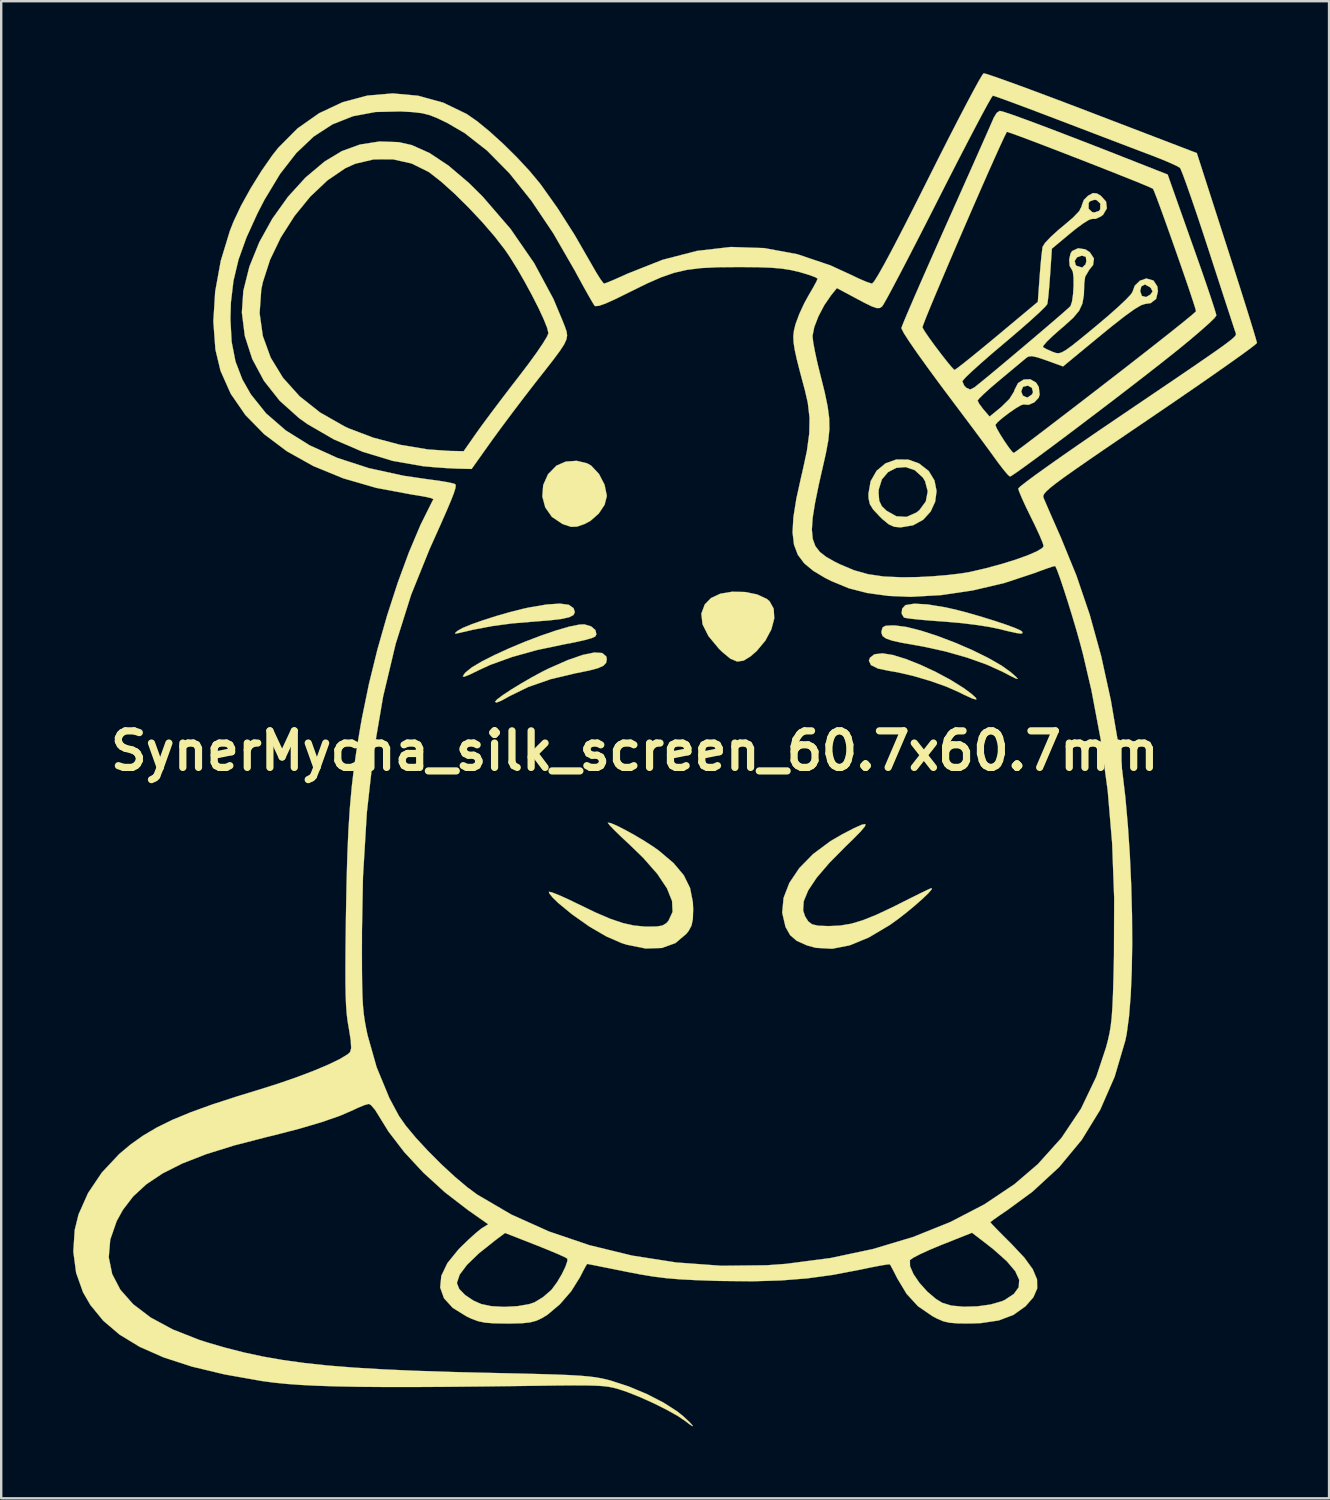
<source format=kicad_pcb>
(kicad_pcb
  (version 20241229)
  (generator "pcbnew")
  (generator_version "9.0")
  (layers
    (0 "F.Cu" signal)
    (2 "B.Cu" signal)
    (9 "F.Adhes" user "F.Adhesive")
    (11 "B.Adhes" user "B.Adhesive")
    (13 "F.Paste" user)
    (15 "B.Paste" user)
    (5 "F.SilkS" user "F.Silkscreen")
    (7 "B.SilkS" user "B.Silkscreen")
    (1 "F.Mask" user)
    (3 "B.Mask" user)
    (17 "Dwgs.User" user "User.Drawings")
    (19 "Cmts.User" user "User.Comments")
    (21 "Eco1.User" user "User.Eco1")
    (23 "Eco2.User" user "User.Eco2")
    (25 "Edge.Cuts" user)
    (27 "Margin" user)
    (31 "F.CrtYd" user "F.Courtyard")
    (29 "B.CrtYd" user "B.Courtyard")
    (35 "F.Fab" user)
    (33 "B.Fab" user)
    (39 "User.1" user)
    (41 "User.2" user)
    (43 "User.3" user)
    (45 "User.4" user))
  (footprint "SynerMycha_silk_screen_60.7x60.7mm"
    (layer "F.Cu")
    (at 23.401 28.24)
    (property "Reference" "SynerMycha_silk_screen_60.7x60.7mm" (at 0 0 0) (layer "F.SilkS") (effects (font (size 1.524 1.524) (thickness 0.3))))
    (attr through_hole)
    (fp_poly (pts (xy -1.986 -11.983) (xy -1.817 -11.887) (xy -1.492 -11.542) (xy -1.258 -11.092) (xy -1.164 -10.633) (xy -1.164 -10.618) (xy -1.257 -10.253) (xy -1.502 -9.887) (xy -1.85 -9.582) (xy -2.082 -9.458) (xy -2.403 -9.345) (xy -2.654 -9.336) (xy -2.95 -9.432) (xy -3.025 -9.464) (xy -3.453 -9.751) (xy -3.73 -10.146) (xy -3.852 -10.604) (xy -3.815 -11.079) (xy -3.614 -11.527) (xy -3.263 -11.887) (xy -2.875 -12.055) (xy -2.418 -12.087) (xy -1.986 -11.983)) (stroke (width 0.01) (type solid)) (fill yes) (layer "F.SilkS"))
    (fp_poly (pts (xy 4.593 -6.621) (xy 5.097 -6.52) (xy 5.501 -6.333) (xy 5.615 -6.239) (xy 5.791 -5.923) (xy 5.813 -5.518) (xy 5.693 -5.063) (xy 5.444 -4.598) (xy 5.081 -4.161) (xy 4.828 -3.94) (xy 4.535 -3.76) (xy 4.269 -3.723) (xy 3.988 -3.839) (xy 3.649 -4.119) (xy 3.505 -4.26) (xy 3.07 -4.784) (xy 2.825 -5.273) (xy 2.774 -5.717) (xy 2.918 -6.104) (xy 3.177 -6.368) (xy 3.564 -6.549) (xy 4.059 -6.632) (xy 4.593 -6.621)) (stroke (width 0.01) (type solid)) (fill yes) (layer "F.SilkS"))
    (fp_poly (pts (xy 10.333 -4.064) (xy 10.749 -3.997) (xy 11.29 -3.831) (xy 11.906 -3.587) (xy 12.548 -3.287) (xy 13.168 -2.954) (xy 13.718 -2.61) (xy 14.035 -2.374) (xy 14.221 -2.202) (xy 14.231 -2.138) (xy 14.068 -2.182) (xy 13.736 -2.332) (xy 13.526 -2.438) (xy 12.989 -2.676) (xy 12.325 -2.911) (xy 11.615 -3.12) (xy 10.944 -3.276) (xy 10.618 -3.33) (xy 10.132 -3.431) (xy 9.844 -3.575) (xy 9.757 -3.757) (xy 9.803 -3.883) (xy 9.988 -4.026) (xy 10.319 -4.064) (xy 10.333 -4.064)) (stroke (width 0.01) (type solid)) (fill yes) (layer "F.SilkS"))
    (fp_poly (pts (xy -2.75 -6.088) (xy -2.552 -5.949) (xy -2.546 -5.938) (xy -2.497 -5.781) (xy -2.554 -5.66) (xy -2.738 -5.567) (xy -3.072 -5.495) (xy -3.577 -5.436) (xy -4.174 -5.39) (xy -5.107 -5.312) (xy -5.93 -5.203) (xy -6.74 -5.048) (xy -7.303 -4.918) (xy -7.481 -4.882) (xy -7.474 -4.925) (xy -7.378 -5.007) (xy -7.166 -5.125) (xy -6.795 -5.277) (xy -6.312 -5.447) (xy -5.763 -5.622) (xy -5.195 -5.785) (xy -4.654 -5.921) (xy -4.423 -5.972) (xy -3.68 -6.099) (xy -3.124 -6.137) (xy -2.75 -6.088)) (stroke (width 0.01) (type solid)) (fill yes) (layer "F.SilkS"))
    (fp_poly (pts (xy -1.354 -4.078) (xy -1.186 -3.935) (xy -1.164 -3.817) (xy -1.194 -3.668) (xy -1.304 -3.55) (xy -1.528 -3.448) (xy -1.895 -3.35) (xy -2.44 -3.239) (xy -2.474 -3.233) (xy -3.5 -2.989) (xy -4.44 -2.662) (xy -5.22 -2.281) (xy -5.564 -2.09) (xy -5.757 -2.014) (xy -5.821 -2.044) (xy -5.821 -2.048) (xy -5.734 -2.148) (xy -5.499 -2.323) (xy -5.156 -2.55) (xy -4.742 -2.803) (xy -4.298 -3.06) (xy -3.862 -3.296) (xy -3.566 -3.443) (xy -2.797 -3.781) (xy -2.167 -4) (xy -1.684 -4.099) (xy -1.354 -4.078)) (stroke (width 0.01) (type solid)) (fill yes) (layer "F.SilkS"))
    (fp_poly (pts (xy -1.818 -5.188) (xy -1.638 -5.033) (xy -1.598 -4.854) (xy -1.653 -4.761) (xy -1.798 -4.698) (xy -2.105 -4.613) (xy -2.527 -4.519) (xy -2.946 -4.439) (xy -4.073 -4.203) (xy -5.116 -3.912) (xy -6.026 -3.582) (xy -6.479 -3.374) (xy -6.87 -3.183) (xy -7.094 -3.093) (xy -7.167 -3.099) (xy -7.108 -3.2) (xy -7.042 -3.277) (xy -6.786 -3.482) (xy -6.37 -3.729) (xy -5.833 -4) (xy -5.215 -4.282) (xy -4.557 -4.556) (xy -3.897 -4.807) (xy -3.276 -5.019) (xy -2.733 -5.177) (xy -2.308 -5.263) (xy -2.097 -5.272) (xy -1.818 -5.188)) (stroke (width 0.01) (type solid)) (fill yes) (layer "F.SilkS"))
    (fp_poly (pts (xy 10.848 -5.226) (xy 11.323 -5.164) (xy 11.931 -5.01) (xy 12.624 -4.785) (xy 13.354 -4.507) (xy 14.075 -4.195) (xy 14.738 -3.868) (xy 15.296 -3.547) (xy 15.663 -3.282) (xy 15.885 -3.089) (xy 15.962 -2.999) (xy 15.885 -3.013) (xy 15.642 -3.131) (xy 15.346 -3.287) (xy 14.672 -3.594) (xy 13.85 -3.887) (xy 12.942 -4.145) (xy 12.013 -4.349) (xy 11.748 -4.396) (xy 11.15 -4.5) (xy 10.735 -4.591) (xy 10.47 -4.682) (xy 10.329 -4.784) (xy 10.281 -4.911) (xy 10.286 -5.008) (xy 10.33 -5.146) (xy 10.45 -5.212) (xy 10.702 -5.228) (xy 10.848 -5.226)) (stroke (width 0.01) (type solid)) (fill yes) (layer "F.SilkS"))
    (fp_poly (pts (xy 12.206 -6.103) (xy 12.944 -5.981) (xy 12.996 -5.971) (xy 13.437 -5.869) (xy 13.947 -5.733) (xy 14.485 -5.577) (xy 15.009 -5.414) (xy 15.478 -5.257) (xy 15.851 -5.119) (xy 16.085 -5.013) (xy 16.142 -4.97) (xy 16.159 -4.907) (xy 16.088 -4.886) (xy 15.898 -4.912) (xy 15.56 -4.987) (xy 15.134 -5.092) (xy 14.722 -5.175) (xy 14.168 -5.258) (xy 13.54 -5.332) (xy 12.907 -5.387) (xy 12.832 -5.392) (xy 12.284 -5.432) (xy 11.809 -5.474) (xy 11.449 -5.514) (xy 11.245 -5.547) (xy 11.218 -5.556) (xy 11.12 -5.72) (xy 11.144 -5.93) (xy 11.279 -6.074) (xy 11.28 -6.074) (xy 11.649 -6.134) (xy 12.206 -6.103)) (stroke (width 0.01) (type solid)) (fill yes) (layer "F.SilkS"))
    (fp_poly (pts (xy 11.403 -12.137) (xy 11.847 -11.977) (xy 12.251 -11.662) (xy 12.491 -11.266) (xy 12.577 -10.827) (xy 12.519 -10.384) (xy 12.33 -9.973) (xy 12.019 -9.632) (xy 11.598 -9.4) (xy 11.078 -9.313) (xy 11.074 -9.313) (xy 10.808 -9.339) (xy 10.579 -9.443) (xy 10.316 -9.661) (xy 10.199 -9.776) (xy 9.935 -10.059) (xy 9.796 -10.283) (xy 9.743 -10.523) (xy 9.737 -10.702) (xy 9.746 -10.756) (xy 10.16 -10.756) (xy 10.187 -10.423) (xy 10.297 -10.195) (xy 10.486 -10.011) (xy 10.901 -9.776) (xy 11.326 -9.751) (xy 11.741 -9.934) (xy 11.861 -10.031) (xy 12.129 -10.397) (xy 12.209 -10.818) (xy 12.097 -11.242) (xy 12 -11.396) (xy 11.666 -11.699) (xy 11.285 -11.827) (xy 10.9 -11.794) (xy 10.556 -11.617) (xy 10.297 -11.311) (xy 10.167 -10.892) (xy 10.16 -10.756) (xy 9.746 -10.756) (xy 9.829 -11.238) (xy 10.078 -11.672) (xy 10.448 -11.981) (xy 10.902 -12.143) (xy 11.403 -12.137)) (stroke (width 0.01) (type solid)) (fill yes) (layer "F.SilkS"))
    (fp_poly (pts (xy 9.598 3.135) (xy 9.423 3.349) (xy 9.084 3.694) (xy 8.806 3.963) (xy 8.104 4.673) (xy 7.579 5.287) (xy 7.227 5.815) (xy 7.041 6.266) (xy 7.016 6.65) (xy 7.096 6.893) (xy 7.229 7.104) (xy 7.389 7.226) (xy 7.635 7.284) (xy 8.025 7.3) (xy 8.104 7.301) (xy 8.561 7.279) (xy 9.012 7.204) (xy 9.497 7.06) (xy 10.059 6.835) (xy 10.739 6.515) (xy 11.069 6.349) (xy 11.536 6.115) (xy 11.932 5.919) (xy 12.22 5.781) (xy 12.365 5.717) (xy 12.373 5.715) (xy 12.37 5.775) (xy 12.231 5.935) (xy 11.988 6.168) (xy 11.674 6.445) (xy 11.32 6.738) (xy 10.959 7.019) (xy 10.623 7.259) (xy 10.615 7.264) (xy 9.747 7.778) (xy 8.955 8.104) (xy 8.225 8.246) (xy 7.544 8.207) (xy 7.169 8.104) (xy 6.749 7.915) (xy 6.476 7.68) (xy 6.284 7.341) (xy 6.281 7.332) (xy 6.144 6.743) (xy 6.202 6.125) (xy 6.443 5.5) (xy 6.857 4.885) (xy 7.43 4.3) (xy 8.152 3.763) (xy 8.642 3.478) (xy 9.134 3.223) (xy 9.456 3.078) (xy 9.61 3.047) (xy 9.598 3.135)) (stroke (width 0.01) (type solid)) (fill yes) (layer "F.SilkS"))
    (fp_poly (pts (xy -1.004 3.009) (xy -0.749 3.117) (xy -0.401 3.293) (xy -0.001 3.514) (xy 0.407 3.757) (xy 0.782 3.999) (xy 1.005 4.158) (xy 1.617 4.676) (xy 2.043 5.183) (xy 2.305 5.715) (xy 2.422 6.307) (xy 2.434 6.601) (xy 2.421 7.005) (xy 2.367 7.276) (xy 2.251 7.495) (xy 2.148 7.626) (xy 1.694 8.01) (xy 1.129 8.213) (xy 0.455 8.236) (xy -0.33 8.078) (xy -0.556 8.006) (xy -1.186 7.731) (xy -1.889 7.322) (xy -2.611 6.813) (xy -3.171 6.353) (xy -3.411 6.122) (xy -3.556 5.946) (xy -3.579 5.872) (xy -3.465 5.892) (xy -3.202 5.993) (xy -2.829 6.158) (xy -2.383 6.373) (xy -2.366 6.381) (xy -1.622 6.74) (xy -1.016 6.999) (xy -0.505 7.173) (xy -0.047 7.276) (xy 0.4 7.32) (xy 0.54 7.324) (xy 0.921 7.318) (xy 1.158 7.276) (xy 1.316 7.179) (xy 1.405 7.081) (xy 1.576 6.709) (xy 1.555 6.257) (xy 1.343 5.729) (xy 0.943 5.129) (xy 0.356 4.461) (xy -0.173 3.947) (xy -0.542 3.602) (xy -0.843 3.309) (xy -1.046 3.098) (xy -1.123 2.996) (xy -1.123 2.992) (xy -1.004 3.009)) (stroke (width 0.01) (type solid)) (fill yes) (layer "F.SilkS"))
    (fp_poly (pts (xy -9.838 -25.367) (xy -9.291 -25.244) (xy -8.554 -24.914) (xy -7.76 -24.387) (xy -6.914 -23.668) (xy -6.338 -23.097) (xy -5.178 -21.753) (xy -4.191 -20.323) (xy -3.389 -18.831) (xy -2.998 -17.9) (xy -2.906 -17.664) (xy -2.842 -17.477) (xy -2.819 -17.312) (xy -2.849 -17.141) (xy -2.944 -16.936) (xy -3.118 -16.67) (xy -3.382 -16.314) (xy -3.749 -15.842) (xy -4.181 -15.293) (xy -4.624 -14.719) (xy -5.096 -14.097) (xy -5.549 -13.491) (xy -5.933 -12.966) (xy -6.028 -12.832) (xy -6.799 -11.748) (xy -7.395 -11.762) (xy -7.806 -11.781) (xy -8.319 -11.817) (xy -8.823 -11.863) (xy -8.836 -11.865) (xy -10.083 -12.083) (xy -11.34 -12.464) (xy -12.546 -12.984) (xy -13.641 -13.619) (xy -13.992 -13.869) (xy -14.798 -14.592) (xy -15.451 -15.42) (xy -15.938 -16.327) (xy -16.249 -17.287) (xy -16.368 -18.238) (xy -15.633 -18.238) (xy -15.499 -17.289) (xy -15.172 -16.388) (xy -14.659 -15.547) (xy -13.969 -14.779) (xy -13.11 -14.099) (xy -12.09 -13.519) (xy -11.919 -13.439) (xy -10.901 -13.053) (xy -9.772 -12.754) (xy -8.623 -12.562) (xy -7.719 -12.499) (xy -7.13 -12.488) (xy -6.593 -13.256) (xy -6.348 -13.596) (xy -6.006 -14.057) (xy -5.601 -14.595) (xy -5.167 -15.164) (xy -4.828 -15.602) (xy -4.425 -16.132) (xy -4.081 -16.606) (xy -3.817 -16.997) (xy -3.649 -17.276) (xy -3.598 -17.409) (xy -3.651 -17.631) (xy -3.796 -17.993) (xy -4.012 -18.458) (xy -4.281 -18.986) (xy -4.581 -19.54) (xy -4.892 -20.08) (xy -5.195 -20.568) (xy -5.404 -20.876) (xy -5.835 -21.433) (xy -6.358 -22.039) (xy -6.932 -22.649) (xy -7.513 -23.223) (xy -8.061 -23.716) (xy -8.534 -24.086) (xy -8.599 -24.131) (xy -9.301 -24.478) (xy -10.077 -24.651) (xy -10.876 -24.648) (xy -11.648 -24.467) (xy -12.061 -24.281) (xy -12.808 -23.772) (xy -13.524 -23.095) (xy -14.18 -22.289) (xy -14.748 -21.399) (xy -15.197 -20.466) (xy -15.499 -19.531) (xy -15.564 -19.22) (xy -15.633 -18.238) (xy -16.368 -18.238) (xy -16.372 -18.273) (xy -16.311 -19.169) (xy -16.058 -20.182) (xy -15.646 -21.197) (xy -15.102 -22.178) (xy -14.45 -23.09) (xy -13.716 -23.895) (xy -12.927 -24.558) (xy -12.205 -24.994) (xy -11.451 -25.267) (xy -10.639 -25.394) (xy -9.838 -25.367)) (stroke (width 0.01) (type solid)) (fill yes) (layer "F.SilkS"))
    (fp_poly (pts (xy 15.367 -26.631) (xy 15.703 -26.519) (xy 16.205 -26.339) (xy 16.859 -26.096) (xy 17.65 -25.796) (xy 18.562 -25.445) (xy 19.582 -25.049) (xy 20.338 -24.752) (xy 22.208 -24.016) (xy 22.364 -23.57) (xy 22.444 -23.345) (xy 22.582 -22.954) (xy 22.767 -22.433) (xy 22.986 -21.814) (xy 23.227 -21.133) (xy 23.378 -20.708) (xy 23.618 -20.027) (xy 23.831 -19.409) (xy 24.009 -18.881) (xy 24.142 -18.474) (xy 24.22 -18.216) (xy 24.236 -18.142) (xy 24.156 -18.034) (xy 23.934 -17.818) (xy 23.592 -17.514) (xy 23.156 -17.143) (xy 22.648 -16.725) (xy 22.413 -16.537) (xy 21.887 -16.121) (xy 21.285 -15.651) (xy 20.63 -15.144) (xy 19.94 -14.614) (xy 19.237 -14.079) (xy 18.542 -13.552) (xy 17.875 -13.05) (xy 17.258 -12.589) (xy 16.71 -12.184) (xy 16.253 -11.85) (xy 15.908 -11.604) (xy 15.695 -11.462) (xy 15.636 -11.431) (xy 15.542 -11.511) (xy 15.362 -11.724) (xy 15.129 -12.029) (xy 15.054 -12.133) (xy 14.813 -12.465) (xy 14.48 -12.918) (xy 14.091 -13.442) (xy 13.68 -13.99) (xy 13.465 -14.276) (xy 12.799 -15.164) (xy 12.236 -15.929) (xy 11.78 -16.563) (xy 11.438 -17.058) (xy 11.215 -17.405) (xy 11.117 -17.598) (xy 11.113 -17.622) (xy 11.122 -17.648) (xy 11.987 -17.648) (xy 11.988 -17.646) (xy 12.077 -17.49) (xy 12.255 -17.228) (xy 12.488 -16.906) (xy 12.744 -16.567) (xy 12.988 -16.254) (xy 13.187 -16.012) (xy 13.309 -15.884) (xy 13.327 -15.875) (xy 13.427 -15.94) (xy 13.663 -16.121) (xy 14.011 -16.399) (xy 14.446 -16.753) (xy 14.942 -17.163) (xy 15.099 -17.293) (xy 16.797 -18.712) (xy 16.872 -19.754) (xy 16.909 -20.225) (xy 16.948 -20.635) (xy 16.984 -20.926) (xy 16.999 -21.014) (xy 17.102 -21.174) (xy 17.334 -21.418) (xy 17.653 -21.708) (xy 17.839 -21.861) (xy 18.262 -22.221) (xy 18.519 -22.49) (xy 18.573 -22.594) (xy 18.912 -22.594) (xy 19.061 -22.452) (xy 19.158 -22.437) (xy 19.344 -22.5) (xy 19.396 -22.569) (xy 19.399 -22.808) (xy 19.25 -22.951) (xy 19.153 -22.966) (xy 18.968 -22.903) (xy 18.916 -22.834) (xy 18.912 -22.594) (xy 18.573 -22.594) (xy 18.622 -22.688) (xy 18.626 -22.725) (xy 18.714 -22.96) (xy 18.891 -23.134) (xy 19.098 -23.246) (xy 19.261 -23.228) (xy 19.42 -23.134) (xy 19.64 -22.89) (xy 19.673 -22.608) (xy 19.519 -22.345) (xy 19.425 -22.271) (xy 19.205 -22.169) (xy 19.057 -22.168) (xy 18.934 -22.133) (xy 18.693 -21.985) (xy 18.374 -21.75) (xy 18.165 -21.581) (xy 17.382 -20.928) (xy 17.31 -19.857) (xy 17.275 -19.386) (xy 17.239 -18.984) (xy 17.206 -18.705) (xy 17.19 -18.616) (xy 17.097 -18.501) (xy 16.865 -18.273) (xy 16.519 -17.957) (xy 16.082 -17.573) (xy 15.581 -17.144) (xy 15.397 -16.989) (xy 14.882 -16.553) (xy 14.428 -16.157) (xy 14.057 -15.822) (xy 13.794 -15.57) (xy 13.663 -15.422) (xy 13.652 -15.399) (xy 13.727 -15.225) (xy 13.811 -15.134) (xy 13.976 -15.058) (xy 14.155 -15.147) (xy 14.4 -15.344) (xy 14.75 -15.631) (xy 15.177 -15.986) (xy 15.655 -16.387) (xy 16.158 -16.81) (xy 16.657 -17.233) (xy 17.126 -17.632) (xy 17.538 -17.985) (xy 17.866 -18.269) (xy 18.083 -18.462) (xy 18.161 -18.538) (xy 18.223 -18.732) (xy 18.266 -19.041) (xy 18.287 -19.396) (xy 18.284 -19.728) (xy 18.255 -19.969) (xy 18.217 -20.047) (xy 18.123 -20.21) (xy 18.108 -20.412) (xy 18.331 -20.412) (xy 18.376 -20.247) (xy 18.426 -20.205) (xy 18.646 -20.142) (xy 18.784 -20.274) (xy 18.819 -20.408) (xy 18.796 -20.589) (xy 18.631 -20.637) (xy 18.429 -20.568) (xy 18.331 -20.412) (xy 18.108 -20.412) (xy 18.103 -20.47) (xy 18.158 -20.722) (xy 18.224 -20.828) (xy 18.476 -20.946) (xy 18.775 -20.9) (xy 18.962 -20.78) (xy 19.136 -20.518) (xy 19.099 -20.247) (xy 18.944 -20.055) (xy 18.769 -19.76) (xy 18.731 -19.483) (xy 18.716 -19.001) (xy 18.654 -18.639) (xy 18.516 -18.341) (xy 18.273 -18.049) (xy 17.895 -17.706) (xy 17.762 -17.594) (xy 17.425 -17.298) (xy 17.169 -17.051) (xy 17.026 -16.882) (xy 17.01 -16.826) (xy 17.158 -16.741) (xy 17.407 -16.632) (xy 17.426 -16.624) (xy 17.549 -16.581) (xy 17.662 -16.569) (xy 17.794 -16.606) (xy 17.971 -16.706) (xy 18.22 -16.887) (xy 18.569 -17.164) (xy 19.044 -17.554) (xy 19.252 -17.727) (xy 19.728 -18.129) (xy 20.14 -18.495) (xy 20.465 -18.801) (xy 20.674 -19.022) (xy 20.743 -19.129) (xy 20.754 -19.158) (xy 21.061 -19.158) (xy 21.133 -18.958) (xy 21.306 -18.912) (xy 21.48 -19.01) (xy 21.579 -19.143) (xy 21.514 -19.275) (xy 21.464 -19.327) (xy 21.261 -19.436) (xy 21.109 -19.355) (xy 21.061 -19.158) (xy 20.754 -19.158) (xy 20.834 -19.382) (xy 21.051 -19.594) (xy 21.314 -19.685) (xy 21.321 -19.685) (xy 21.615 -19.6) (xy 21.776 -19.356) (xy 21.802 -19.156) (xy 21.725 -18.833) (xy 21.498 -18.658) (xy 21.276 -18.627) (xy 21.103 -18.573) (xy 20.821 -18.405) (xy 20.416 -18.114) (xy 19.879 -17.693) (xy 19.426 -17.324) (xy 17.847 -16.021) (xy 17.164 -16.269) (xy 16.787 -16.397) (xy 16.551 -16.449) (xy 16.4 -16.43) (xy 16.31 -16.373) (xy 16.162 -16.249) (xy 15.892 -16.023) (xy 15.541 -15.731) (xy 15.214 -15.458) (xy 14.845 -15.145) (xy 14.547 -14.876) (xy 14.35 -14.683) (xy 14.287 -14.6) (xy 14.351 -14.467) (xy 14.506 -14.258) (xy 14.537 -14.221) (xy 14.786 -13.931) (xy 15.271 -14.328) (xy 15.611 -14.662) (xy 15.804 -14.972) (xy 15.805 -14.975) (xy 16.103 -14.975) (xy 16.175 -14.802) (xy 16.341 -14.727) (xy 16.376 -14.731) (xy 16.553 -14.853) (xy 16.596 -14.95) (xy 16.548 -15.129) (xy 16.384 -15.22) (xy 16.199 -15.179) (xy 16.171 -15.155) (xy 16.103 -14.975) (xy 15.805 -14.975) (xy 15.825 -15.043) (xy 15.97 -15.325) (xy 16.209 -15.475) (xy 16.481 -15.486) (xy 16.721 -15.351) (xy 16.836 -15.166) (xy 16.872 -14.844) (xy 16.828 -14.711) (xy 16.651 -14.525) (xy 16.412 -14.42) (xy 16.208 -14.437) (xy 16.206 -14.438) (xy 16.091 -14.403) (xy 15.869 -14.272) (xy 15.597 -14.084) (xy 15.33 -13.88) (xy 15.122 -13.701) (xy 15.029 -13.586) (xy 15.028 -13.58) (xy 15.081 -13.446) (xy 15.214 -13.211) (xy 15.389 -12.933) (xy 15.57 -12.669) (xy 15.718 -12.477) (xy 15.794 -12.412) (xy 15.891 -12.48) (xy 16.139 -12.664) (xy 16.519 -12.951) (xy 17.016 -13.329) (xy 17.611 -13.784) (xy 18.287 -14.302) (xy 19.028 -14.872) (xy 19.63 -15.337) (xy 20.407 -15.938) (xy 21.129 -16.501) (xy 21.78 -17.011) (xy 22.344 -17.457) (xy 22.803 -17.824) (xy 23.141 -18.1) (xy 23.34 -18.27) (xy 23.389 -18.321) (xy 23.355 -18.453) (xy 23.261 -18.749) (xy 23.119 -19.177) (xy 22.94 -19.702) (xy 22.736 -20.291) (xy 22.519 -20.912) (xy 22.3 -21.53) (xy 22.092 -22.113) (xy 21.906 -22.627) (xy 21.753 -23.039) (xy 21.645 -23.316) (xy 21.595 -23.423) (xy 21.484 -23.478) (xy 21.207 -23.596) (xy 20.793 -23.765) (xy 20.272 -23.973) (xy 19.672 -24.211) (xy 19.023 -24.466) (xy 18.353 -24.727) (xy 17.692 -24.983) (xy 17.068 -25.223) (xy 16.511 -25.435) (xy 16.05 -25.608) (xy 15.713 -25.73) (xy 15.53 -25.791) (xy 15.505 -25.795) (xy 15.399 -25.584) (xy 15.229 -25.218) (xy 15.005 -24.722) (xy 14.737 -24.122) (xy 14.437 -23.44) (xy 14.114 -22.703) (xy 13.781 -21.935) (xy 13.446 -21.161) (xy 13.122 -20.405) (xy 12.819 -19.693) (xy 12.547 -19.049) (xy 12.317 -18.498) (xy 12.14 -18.064) (xy 12.027 -17.772) (xy 11.987 -17.648) (xy 11.122 -17.648) (xy 11.154 -17.741) (xy 11.274 -18.034) (xy 11.463 -18.478) (xy 11.712 -19.054) (xy 12.013 -19.742) (xy 12.356 -20.52) (xy 12.732 -21.369) (xy 12.976 -21.916) (xy 13.374 -22.806) (xy 13.747 -23.645) (xy 14.088 -24.41) (xy 14.386 -25.081) (xy 14.632 -25.636) (xy 14.816 -26.053) (xy 14.929 -26.311) (xy 14.957 -26.379) (xy 15.083 -26.587) (xy 15.212 -26.67) (xy 15.367 -26.631)) (stroke (width 0.01) (type solid)) (fill yes) (layer "F.SilkS"))
    (fp_poly (pts (xy 14.663 -28.205) (xy 14.963 -28.105) (xy 15.42 -27.944) (xy 16.011 -27.73) (xy 16.718 -27.469) (xy 17.519 -27.169) (xy 18.393 -26.838) (xy 19.047 -26.588) (xy 23.422 -24.911) (xy 24.675 -21.015) (xy 24.954 -20.146) (xy 25.211 -19.338) (xy 25.44 -18.614) (xy 25.632 -17.997) (xy 25.782 -17.508) (xy 25.882 -17.172) (xy 25.926 -17.009) (xy 25.927 -17) (xy 25.841 -16.919) (xy 25.597 -16.731) (xy 25.209 -16.449) (xy 24.695 -16.084) (xy 24.072 -15.646) (xy 23.355 -15.149) (xy 22.561 -14.603) (xy 21.706 -14.02) (xy 21.433 -13.834) (xy 20.428 -13.152) (xy 19.585 -12.578) (xy 18.891 -12.101) (xy 18.33 -11.712) (xy 17.891 -11.401) (xy 17.559 -11.156) (xy 17.32 -10.968) (xy 17.161 -10.826) (xy 17.068 -10.721) (xy 17.027 -10.642) (xy 17.024 -10.579) (xy 17.032 -10.553) (xy 17.107 -10.375) (xy 17.249 -10.045) (xy 17.442 -9.605) (xy 17.666 -9.095) (xy 17.757 -8.89) (xy 18.403 -7.31) (xy 18.959 -5.676) (xy 19.435 -3.955) (xy 19.839 -2.113) (xy 20.181 -0.113) (xy 20.315 0.838) (xy 20.445 1.945) (xy 20.55 3.131) (xy 20.632 4.364) (xy 20.689 5.615) (xy 20.722 6.853) (xy 20.729 8.048) (xy 20.711 9.169) (xy 20.667 10.186) (xy 20.597 11.068) (xy 20.5 11.786) (xy 20.444 12.065) (xy 19.997 13.581) (xy 19.394 14.959) (xy 18.626 16.209) (xy 17.686 17.344) (xy 16.566 18.375) (xy 15.531 19.134) (xy 15.201 19.358) (xy 14.951 19.534) (xy 14.825 19.633) (xy 14.817 19.643) (xy 14.887 19.726) (xy 15.08 19.926) (xy 15.364 20.214) (xy 15.705 20.554) (xy 16.236 21.119) (xy 16.587 21.602) (xy 16.764 22.024) (xy 16.77 22.405) (xy 16.611 22.769) (xy 16.292 23.135) (xy 16.281 23.146) (xy 15.78 23.503) (xy 15.168 23.734) (xy 14.414 23.847) (xy 13.97 23.862) (xy 13.48 23.858) (xy 13.135 23.832) (xy 12.868 23.773) (xy 12.613 23.666) (xy 12.402 23.554) (xy 11.804 23.144) (xy 11.329 22.628) (xy 10.941 21.983) (xy 10.787 21.68) (xy 10.673 21.465) (xy 10.631 21.395) (xy 10.521 21.402) (xy 10.246 21.447) (xy 9.846 21.524) (xy 9.362 21.624) (xy 9.337 21.629) (xy 8.254 21.836) (xy 7.19 21.981) (xy 6.09 22.068) (xy 4.898 22.103) (xy 3.561 22.089) (xy 3.387 22.085) (xy 2.558 22.056) (xy 1.883 22.021) (xy 1.306 21.972) (xy 0.768 21.905) (xy 0.213 21.813) (xy -0.37 21.7) (xy -0.92 21.589) (xy -1.391 21.495) (xy -1.745 21.424) (xy -1.949 21.385) (xy -1.983 21.379) (xy -2.039 21.465) (xy -2.159 21.688) (xy -2.284 21.934) (xy -2.65 22.519) (xy -3.122 23.063) (xy -3.638 23.497) (xy -3.863 23.636) (xy -4.101 23.746) (xy -4.359 23.815) (xy -4.695 23.851) (xy -5.166 23.863) (xy -5.348 23.863) (xy -5.864 23.855) (xy -6.234 23.827) (xy -6.527 23.766) (xy -6.808 23.661) (xy -7.012 23.565) (xy -7.584 23.211) (xy -7.949 22.81) (xy -8.108 22.364) (xy -8.091 22.187) (xy -7.408 22.187) (xy -7.316 22.42) (xy -7.071 22.674) (xy -6.724 22.906) (xy -6.403 23.05) (xy -5.976 23.139) (xy -5.444 23.169) (xy -4.893 23.14) (xy -4.408 23.057) (xy -4.176 22.979) (xy -3.821 22.763) (xy -3.494 22.479) (xy -3.445 22.425) (xy -3.237 22.141) (xy -3.042 21.813) (xy -2.889 21.499) (xy -2.807 21.257) (xy -2.81 21.158) (xy -2.92 21.095) (xy -3.189 20.973) (xy -3.579 20.809) (xy -4.05 20.619) (xy -4.13 20.588) (xy -5.405 20.089) (xy -5.798 20.383) (xy -6.492 20.936) (xy -6.99 21.416) (xy -7.295 21.823) (xy -7.408 22.16) (xy -7.408 22.187) (xy -8.091 22.187) (xy -8.061 21.875) (xy -7.807 21.345) (xy -7.346 20.776) (xy -7.268 20.697) (xy -6.938 20.377) (xy -6.633 20.101) (xy -6.407 19.916) (xy -6.36 19.884) (xy -6.106 19.726) (xy -6.954 19.131) (xy -7.913 18.393) (xy -8.809 17.576) (xy -9.605 16.719) (xy -10.264 15.861) (xy -10.644 15.244) (xy -10.825 14.954) (xy -10.992 14.761) (xy -11.08 14.711) (xy -11.252 14.756) (xy -11.534 14.872) (xy -11.725 14.963) (xy -12.288 15.207) (xy -13.044 15.469) (xy -13.974 15.744) (xy -15.059 16.025) (xy -15.324 16.088) (xy -16.69 16.441) (xy -17.861 16.806) (xy -18.851 17.192) (xy -19.677 17.608) (xy -20.356 18.063) (xy -20.902 18.567) (xy -21.331 19.127) (xy -21.59 19.597) (xy -21.857 20.367) (xy -21.919 21.103) (xy -21.777 21.8) (xy -21.436 22.454) (xy -20.9 23.06) (xy -20.172 23.613) (xy -19.254 24.109) (xy -18.152 24.543) (xy -17.829 24.647) (xy -17.061 24.871) (xy -16.293 25.067) (xy -15.504 25.237) (xy -14.673 25.383) (xy -13.778 25.507) (xy -12.8 25.612) (xy -11.715 25.699) (xy -10.504 25.772) (xy -9.145 25.832) (xy -7.616 25.882) (xy -5.901 25.923) (xy -4.85 25.946) (xy -3.985 25.968) (xy -3.284 25.989) (xy -2.721 26.012) (xy -2.273 26.038) (xy -1.914 26.069) (xy -1.622 26.106) (xy -1.371 26.151) (xy -1.137 26.205) (xy -1.005 26.24) (xy -0.255 26.484) (xy 0.498 26.799) (xy 1.193 27.156) (xy 1.771 27.526) (xy 2.011 27.718) (xy 2.273 27.962) (xy 2.408 28.109) (xy 2.409 28.143) (xy 2.268 28.052) (xy 2.117 27.934) (xy 1.795 27.716) (xy 1.332 27.457) (xy 0.788 27.185) (xy 0.22 26.929) (xy -0.312 26.718) (xy -0.476 26.661) (xy -0.687 26.593) (xy -0.882 26.54) (xy -1.087 26.499) (xy -1.33 26.47) (xy -1.637 26.452) (xy -2.033 26.442) (xy -2.547 26.44) (xy -3.203 26.445) (xy -4.029 26.456) (xy -4.604 26.464) (xy -6.345 26.486) (xy -7.89 26.501) (xy -9.255 26.509) (xy -10.455 26.508) (xy -11.505 26.5) (xy -12.421 26.482) (xy -13.218 26.457) (xy -13.912 26.422) (xy -14.518 26.378) (xy -15.052 26.324) (xy -15.529 26.26) (xy -15.536 26.259) (xy -17.094 25.983) (xy -18.456 25.657) (xy -19.632 25.275) (xy -20.632 24.833) (xy -21.468 24.325) (xy -22.148 23.746) (xy -22.684 23.091) (xy -22.991 22.561) (xy -23.279 21.749) (xy -23.396 20.865) (xy -23.338 19.966) (xy -23.179 19.318) (xy -22.781 18.425) (xy -22.207 17.572) (xy -21.492 16.809) (xy -21.487 16.803) (xy -21.004 16.398) (xy -20.491 16.034) (xy -19.921 15.697) (xy -19.268 15.376) (xy -18.504 15.06) (xy -17.604 14.734) (xy -16.54 14.388) (xy -15.707 14.134) (xy -14.874 13.871) (xy -14.087 13.599) (xy -13.373 13.328) (xy -12.762 13.07) (xy -12.282 12.838) (xy -11.962 12.642) (xy -11.862 12.552) (xy -11.817 12.388) (xy -11.835 12.063) (xy -11.915 11.558) (xy -11.921 11.528) (xy -11.967 11.255) (xy -12.003 10.959) (xy -12.029 10.614) (xy -12.046 10.194) (xy -12.056 9.674) (xy -12.057 9.029) (xy -12.052 8.233) (xy -12.04 7.26) (xy -12.034 6.826) (xy -12.009 5.485) (xy -11.976 4.319) (xy -11.931 3.292) (xy -11.871 2.367) (xy -11.794 1.51) (xy -11.697 0.682) (xy -11.576 -0.152) (xy -11.429 -1.029) (xy -11.367 -1.376) (xy -11.077 -2.788) (xy -10.724 -4.223) (xy -10.32 -5.64) (xy -9.878 -7.004) (xy -9.41 -8.274) (xy -8.929 -9.414) (xy -8.446 -10.385) (xy -8.39 -10.487) (xy -8.47 -10.529) (xy -8.715 -10.587) (xy -9.08 -10.65) (xy -9.262 -10.677) (xy -10.766 -10.958) (xy -12.146 -11.357) (xy -13.392 -11.868) (xy -14.494 -12.484) (xy -15.442 -13.196) (xy -16.226 -13.997) (xy -16.836 -14.881) (xy -17.262 -15.839) (xy -17.474 -16.722) (xy -17.561 -17.895) (xy -17.555 -17.992) (xy -16.85 -17.992) (xy -16.798 -17.044) (xy -16.638 -16.226) (xy -16.353 -15.481) (xy -16.001 -14.861) (xy -15.365 -14.066) (xy -14.543 -13.354) (xy -13.548 -12.733) (xy -12.392 -12.208) (xy -11.085 -11.783) (xy -9.639 -11.466) (xy -8.625 -11.318) (xy -8.17 -11.258) (xy -7.794 -11.195) (xy -7.547 -11.14) (xy -7.479 -11.112) (xy -7.459 -11.054) (xy -7.477 -10.935) (xy -7.541 -10.733) (xy -7.66 -10.428) (xy -7.841 -10) (xy -8.093 -9.427) (xy -8.424 -8.69) (xy -8.548 -8.414) (xy -9.318 -6.507) (xy -9.963 -4.461) (xy -10.485 -2.269) (xy -10.885 0.076) (xy -11.165 2.579) (xy -11.325 5.246) (xy -11.367 7.461) (xy -11.369 8.398) (xy -11.367 9.154) (xy -11.36 9.759) (xy -11.346 10.244) (xy -11.324 10.638) (xy -11.291 10.972) (xy -11.247 11.277) (xy -11.19 11.582) (xy -11.133 11.853) (xy -10.755 13.186) (xy -10.228 14.462) (xy -9.825 15.215) (xy -9.538 15.624) (xy -9.123 16.122) (xy -8.619 16.667) (xy -8.067 17.22) (xy -7.505 17.74) (xy -6.974 18.188) (xy -6.561 18.492) (xy -5.141 19.323) (xy -3.574 20.027) (xy -1.888 20.599) (xy -0.11 21.032) (xy 1.732 21.319) (xy 3.61 21.456) (xy 5.497 21.435) (xy 6.297 21.377) (xy 7.46 21.225) (xy 11.466 21.225) (xy 11.471 21.475) (xy 11.615 21.805) (xy 11.865 22.171) (xy 12.187 22.529) (xy 12.547 22.836) (xy 12.813 23) (xy 13.195 23.116) (xy 13.706 23.163) (xy 14.273 23.147) (xy 14.827 23.07) (xy 15.297 22.935) (xy 15.422 22.879) (xy 15.799 22.628) (xy 16 22.353) (xy 16.02 22.041) (xy 15.856 21.682) (xy 15.504 21.267) (xy 14.963 20.784) (xy 14.683 20.563) (xy 14.055 20.08) (xy 12.787 20.583) (xy 12.306 20.783) (xy 11.9 20.968) (xy 11.609 21.119) (xy 11.471 21.217) (xy 11.466 21.225) (xy 7.46 21.225) (xy 8.156 21.134) (xy 9.93 20.758) (xy 11.601 20.256) (xy 13.15 19.634) (xy 14.562 18.901) (xy 15.816 18.062) (xy 16.798 17.221) (xy 17.785 16.123) (xy 18.595 14.911) (xy 19.233 13.579) (xy 19.638 12.362) (xy 19.721 12.045) (xy 19.787 11.75) (xy 19.837 11.443) (xy 19.876 11.091) (xy 19.905 10.661) (xy 19.929 10.119) (xy 19.949 9.431) (xy 19.969 8.572) (xy 19.978 6.133) (xy 19.893 3.844) (xy 19.709 1.665) (xy 19.423 -0.444) (xy 19.031 -2.524) (xy 18.681 -4.022) (xy 18.555 -4.499) (xy 18.4 -5.047) (xy 18.227 -5.628) (xy 18.049 -6.204) (xy 17.878 -6.736) (xy 17.727 -7.187) (xy 17.606 -7.518) (xy 17.529 -7.691) (xy 17.52 -7.702) (xy 17.416 -7.681) (xy 17.162 -7.597) (xy 16.806 -7.467) (xy 16.657 -7.41) (xy 15.4 -6.995) (xy 14.084 -6.686) (xy 12.765 -6.491) (xy 11.501 -6.419) (xy 10.581 -6.457) (xy 9.688 -6.578) (xy 8.917 -6.777) (xy 8.186 -7.079) (xy 7.932 -7.208) (xy 7.439 -7.503) (xy 7.062 -7.816) (xy 6.796 -8.17) (xy 6.636 -8.592) (xy 6.576 -9.106) (xy 6.582 -9.219) (xy 7.38 -9.219) (xy 7.416 -8.836) (xy 7.525 -8.535) (xy 7.71 -8.293) (xy 7.976 -8.085) (xy 8.326 -7.886) (xy 8.559 -7.771) (xy 9.14 -7.526) (xy 9.729 -7.361) (xy 10.379 -7.266) (xy 11.145 -7.233) (xy 11.8 -7.243) (xy 12.411 -7.275) (xy 13.032 -7.327) (xy 13.586 -7.392) (xy 13.97 -7.456) (xy 14.635 -7.611) (xy 15.278 -7.785) (xy 15.867 -7.968) (xy 16.368 -8.147) (xy 16.751 -8.313) (xy 16.983 -8.453) (xy 17.039 -8.534) (xy 16.994 -8.685) (xy 16.871 -8.978) (xy 16.69 -9.369) (xy 16.51 -9.737) (xy 16.296 -10.175) (xy 16.124 -10.551) (xy 16.013 -10.821) (xy 15.981 -10.932) (xy 16.066 -11.018) (xy 16.31 -11.21) (xy 16.694 -11.495) (xy 17.203 -11.86) (xy 17.818 -12.293) (xy 18.523 -12.783) (xy 19.299 -13.316) (xy 20.029 -13.812) (xy 21.099 -14.537) (xy 22.007 -15.152) (xy 22.766 -15.667) (xy 23.389 -16.092) (xy 23.889 -16.437) (xy 24.28 -16.709) (xy 24.574 -16.92) (xy 24.784 -17.078) (xy 24.924 -17.192) (xy 25.008 -17.273) (xy 25.047 -17.329) (xy 25.055 -17.37) (xy 25.047 -17.404) (xy 25.003 -17.531) (xy 24.903 -17.835) (xy 24.754 -18.291) (xy 24.563 -18.875) (xy 24.34 -19.562) (xy 24.091 -20.327) (xy 23.92 -20.855) (xy 23.657 -21.658) (xy 23.41 -22.398) (xy 23.187 -23.051) (xy 22.997 -23.591) (xy 22.849 -23.996) (xy 22.751 -24.239) (xy 22.718 -24.299) (xy 22.572 -24.382) (xy 22.275 -24.518) (xy 21.874 -24.684) (xy 21.537 -24.815) (xy 21.146 -24.963) (xy 20.597 -25.172) (xy 19.93 -25.426) (xy 19.186 -25.71) (xy 18.404 -26.009) (xy 17.747 -26.26) (xy 17.029 -26.533) (xy 16.376 -26.78) (xy 15.813 -26.99) (xy 15.366 -27.154) (xy 15.061 -27.262) (xy 14.926 -27.305) (xy 14.923 -27.305) (xy 14.858 -27.214) (xy 14.708 -26.952) (xy 14.483 -26.538) (xy 14.193 -25.991) (xy 13.848 -25.33) (xy 13.457 -24.574) (xy 13.03 -23.741) (xy 12.65 -22.992) (xy 12.198 -22.102) (xy 11.771 -21.268) (xy 11.379 -20.508) (xy 11.032 -19.842) (xy 10.741 -19.291) (xy 10.516 -18.873) (xy 10.366 -18.609) (xy 10.308 -18.521) (xy 10.213 -18.456) (xy 10.085 -18.452) (xy 9.882 -18.521) (xy 9.564 -18.676) (xy 9.285 -18.824) (xy 8.423 -19.285) (xy 8.179 -18.982) (xy 7.898 -18.573) (xy 7.654 -18.109) (xy 7.481 -17.661) (xy 7.409 -17.3) (xy 7.408 -17.277) (xy 7.435 -17.035) (xy 7.507 -16.644) (xy 7.612 -16.161) (xy 7.73 -15.684) (xy 7.915 -14.944) (xy 8.038 -14.353) (xy 8.103 -13.857) (xy 8.111 -13.404) (xy 8.065 -12.941) (xy 7.967 -12.414) (xy 7.889 -12.065) (xy 7.671 -11.107) (xy 7.512 -10.33) (xy 7.413 -9.709) (xy 7.38 -9.219) (xy 6.582 -9.219) (xy 6.611 -9.738) (xy 6.735 -10.513) (xy 6.943 -11.455) (xy 6.984 -11.622) (xy 7.172 -12.491) (xy 7.272 -13.225) (xy 7.284 -13.878) (xy 7.211 -14.506) (xy 7.089 -15.035) (xy 6.896 -15.754) (xy 6.756 -16.303) (xy 6.665 -16.718) (xy 6.617 -17.034) (xy 6.608 -17.286) (xy 6.633 -17.507) (xy 6.688 -17.733) (xy 6.706 -17.799) (xy 6.855 -18.202) (xy 7.069 -18.664) (xy 7.245 -18.983) (xy 7.433 -19.305) (xy 7.568 -19.554) (xy 7.62 -19.677) (xy 7.62 -19.677) (xy 7.526 -19.737) (xy 7.276 -19.83) (xy 6.922 -19.937) (xy 6.853 -19.956) (xy 6.501 -20.038) (xy 6.129 -20.096) (xy 5.691 -20.134) (xy 5.141 -20.154) (xy 4.435 -20.161) (xy 4.286 -20.161) (xy 3.446 -20.153) (xy 2.763 -20.119) (xy 2.182 -20.047) (xy 1.65 -19.925) (xy 1.113 -19.74) (xy 0.515 -19.479) (xy -0.196 -19.129) (xy -0.232 -19.111) (xy -0.807 -18.827) (xy -1.22 -18.641) (xy -1.492 -18.546) (xy -1.642 -18.534) (xy -1.677 -18.555) (xy -1.762 -18.69) (xy -1.926 -18.974) (xy -2.147 -19.369) (xy -2.404 -19.839) (xy -2.492 -20.003) (xy -3.396 -21.57) (xy -4.307 -22.926) (xy -5.225 -24.073) (xy -6.152 -25.013) (xy -7.088 -25.745) (xy -7.805 -26.163) (xy -8.223 -26.365) (xy -8.552 -26.495) (xy -8.868 -26.574) (xy -9.244 -26.618) (xy -9.754 -26.647) (xy -9.771 -26.647) (xy -10.805 -26.623) (xy -11.742 -26.447) (xy -12.596 -26.109) (xy -13.378 -25.602) (xy -14.103 -24.915) (xy -14.783 -24.039) (xy -15.43 -22.966) (xy -15.72 -22.405) (xy -16.183 -21.389) (xy -16.513 -20.468) (xy -16.723 -19.584) (xy -16.83 -18.682) (xy -16.85 -17.992) (xy -17.555 -17.992) (xy -17.484 -19.144) (xy -17.252 -20.42) (xy -16.871 -21.671) (xy -16.719 -22.057) (xy -16.411 -22.71) (xy -16.007 -23.439) (xy -15.555 -24.168) (xy -15.101 -24.82) (xy -14.856 -25.131) (xy -14.054 -25.938) (xy -13.152 -26.572) (xy -12.175 -27.03) (xy -11.145 -27.306) (xy -10.087 -27.398) (xy -9.023 -27.3) (xy -7.976 -27.01) (xy -7.002 -26.539) (xy -6.567 -26.237) (xy -6.045 -25.808) (xy -5.479 -25.294) (xy -4.913 -24.735) (xy -4.389 -24.171) (xy -3.95 -23.644) (xy -3.917 -23.601) (xy -3.219 -22.619) (xy -2.501 -21.492) (xy -1.811 -20.294) (xy -1.601 -19.928) (xy -1.423 -19.646) (xy -1.304 -19.491) (xy -1.277 -19.473) (xy -1.15 -19.515) (xy -0.879 -19.627) (xy -0.512 -19.79) (xy -0.305 -19.884) (xy 1.159 -20.464) (xy 2.593 -20.835) (xy 4.002 -20.998) (xy 5.394 -20.952) (xy 6.774 -20.697) (xy 8.147 -20.234) (xy 8.967 -19.858) (xy 9.345 -19.678) (xy 9.663 -19.542) (xy 9.865 -19.476) (xy 9.89 -19.473) (xy 9.979 -19.568) (xy 10.155 -19.851) (xy 10.417 -20.317) (xy 10.762 -20.962) (xy 11.187 -21.782) (xy 11.692 -22.773) (xy 12.227 -23.839) (xy 12.674 -24.73) (xy 13.096 -25.562) (xy 13.483 -26.314) (xy 13.825 -26.969) (xy 14.112 -27.508) (xy 14.333 -27.911) (xy 14.48 -28.159) (xy 14.539 -28.235) (xy 14.663 -28.205)) (stroke (width 0.01) (type solid)) (fill yes) (layer "F.SilkS")))
  (gr_rect
    (start -3 -3)
    (end 52.333 59.388)
    (stroke (width 0.1) (type default))
    (fill no)
    (layer "Edge.Cuts")))
</source>
